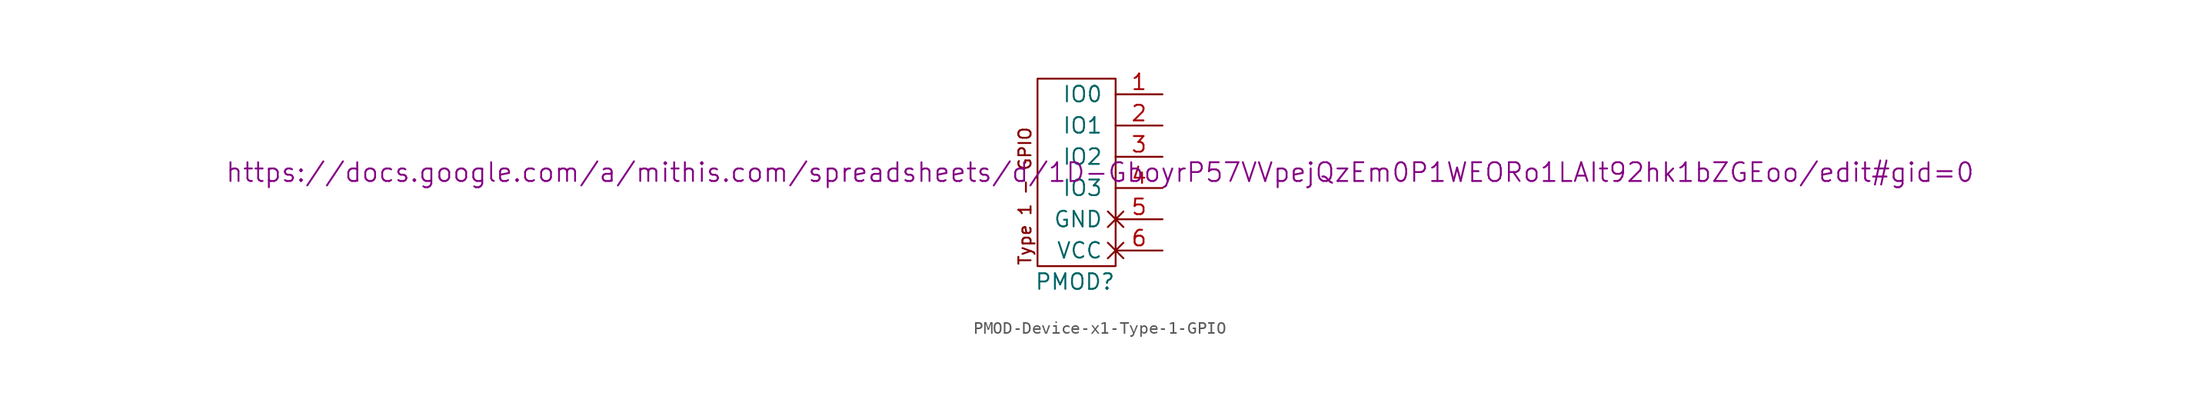
<source format=kicad_sym>
(kicad_symbol_lib
  (version 20231120)
  (generator "kicad_symbol_editor")
  (generator_version "8.0")
  (symbol "PMOD-Device-x1-Type-1-GPIO"
    (pin_names
      (offset 1.016))
    (property "Reference" "PMOD"
      (at -3.302 -1.27 0)
      (effects (font (size 1.27 1.27))))
    (property "Datasheet" "https://docs.google.com/a/mithis.com/spreadsheets/d/1D-GboyrP57VVpejQzEm0P1WEORo1LAIt92hk1bZGEoo/edit#gid=0"
      (at -1.27 7.62 0)
      (effects (font (size 1.524 1.524))))
    (symbol "PMOD-Device-x1-Type-1-GPIO_0_0"
      (text "Type 1 - GPIO" (at -7.366 0 900) (effects (font (size 0.991 0.991)) (justify left))))
    (symbol "PMOD-Device-x1-Type-1-GPIO_0_1"
      (rectangle (start 0 15.24) (end -6.35 0) (stroke (width 0) (type solid)) (fill (type none))))
    (symbol "PMOD-Device-x1-Type-1-GPIO_1_1"
      (pin bidirectional line (at 3.81 13.97 180) (length 3.81) (name "IO0" (effects (font (size 1.27 1.27)))) (number "1" (effects (font (size 1.27 1.27)))))
      (pin bidirectional line (at 3.81 11.43 180) (length 3.81) (name "IO1" (effects (font (size 1.27 1.27)))) (number "2" (effects (font (size 1.27 1.27)))))
      (pin bidirectional line (at 3.81 8.89 180) (length 3.81) (name "IO2" (effects (font (size 1.27 1.27)))) (number "3" (effects (font (size 1.27 1.27)))))
      (pin bidirectional line (at 3.81 6.35 180) (length 3.81) (name "IO3" (effects (font (size 1.27 1.27)))) (number "4" (effects (font (size 1.27 1.27)))))
      (pin power_out non_logic (at 3.81 3.81 180) (length 3.81) (name "GND" (effects (font (size 1.27 1.27)))) (number "5" (effects (font (size 1.27 1.27)))))
      (pin power_out non_logic (at 3.81 1.27 180) (length 3.81) (name "VCC" (effects (font (size 1.27 1.27)))) (number "6" (effects (font (size 1.27 1.27))))))))
</source>
